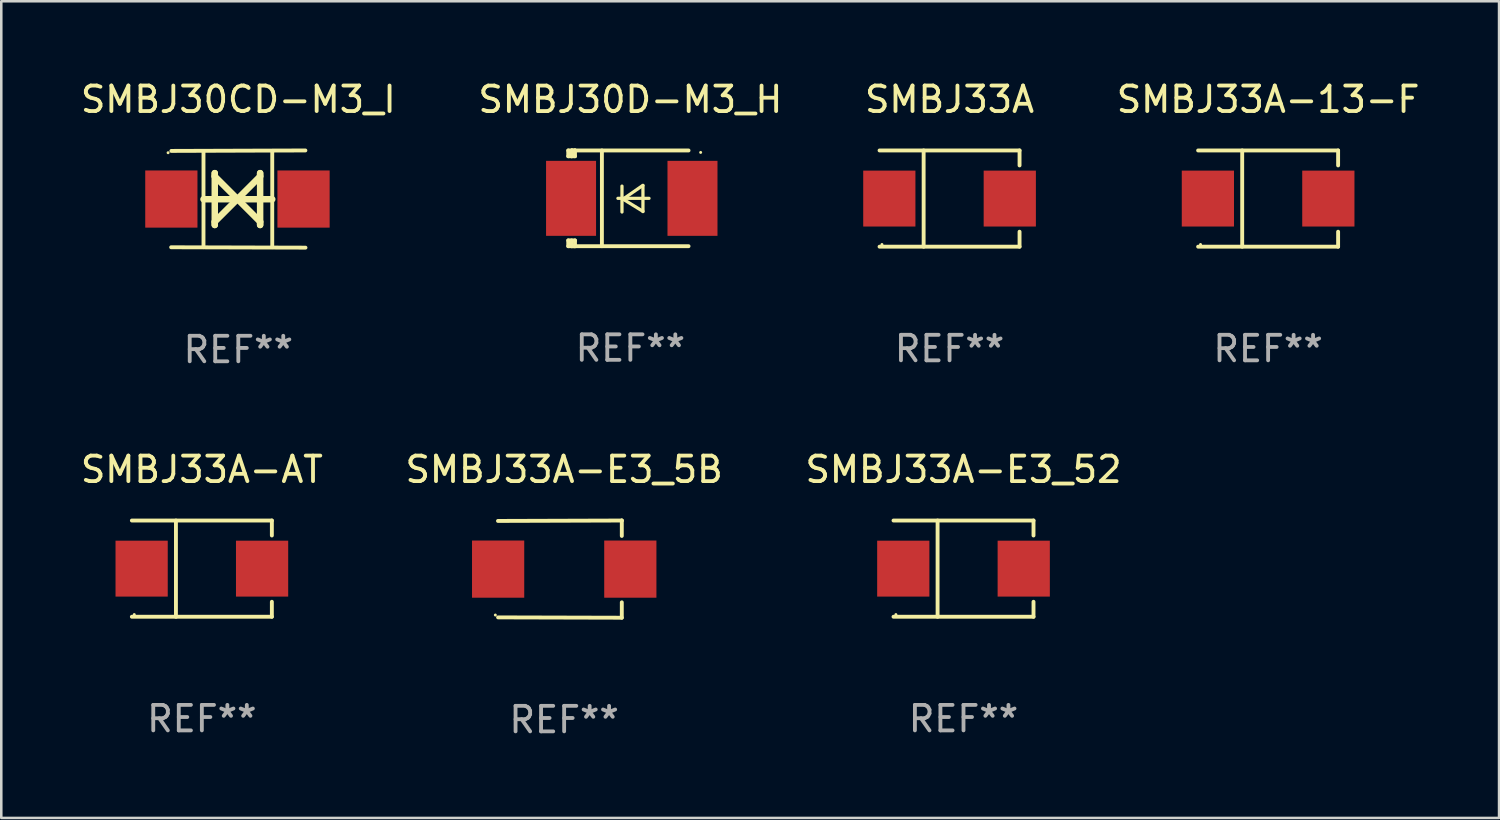
<source format=kicad_pcb>
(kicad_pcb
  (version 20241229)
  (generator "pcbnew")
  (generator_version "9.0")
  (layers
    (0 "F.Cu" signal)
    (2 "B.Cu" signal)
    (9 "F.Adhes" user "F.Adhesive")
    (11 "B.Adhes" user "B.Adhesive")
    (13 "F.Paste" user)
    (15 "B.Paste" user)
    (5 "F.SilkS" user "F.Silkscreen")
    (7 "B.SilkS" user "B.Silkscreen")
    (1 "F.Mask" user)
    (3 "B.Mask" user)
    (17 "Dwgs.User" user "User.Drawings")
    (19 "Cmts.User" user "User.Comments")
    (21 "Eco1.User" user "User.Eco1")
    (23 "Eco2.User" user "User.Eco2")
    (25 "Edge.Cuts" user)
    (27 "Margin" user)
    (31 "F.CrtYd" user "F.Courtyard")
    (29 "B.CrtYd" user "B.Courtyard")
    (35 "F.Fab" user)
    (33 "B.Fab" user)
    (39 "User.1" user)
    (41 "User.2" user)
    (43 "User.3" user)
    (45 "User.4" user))
  (footprint "SMBJ33A-E3_52"
    (layer "F.Cu")
    (at 34.72 19.241)
    (property "Reference" "SMBJ33A-E3_52" (at 0 -3.886 0) (layer "F.SilkS") (effects (font (size 1 1) (thickness 0.15))))
    (attr through_hole)
    (fp_line (start -2.744 -1.886) (end 2.744 -1.886) (stroke (width 0.152) (type solid)) (layer "F.SilkS"))
    (fp_line (start -2.744 1.886) (end 2.744 1.886) (stroke (width 0.152) (type solid)) (layer "F.SilkS"))
    (fp_line (start -1.016 -1.886) (end -1.016 1.886) (stroke (width 0.152) (type solid)) (layer "F.SilkS"))
    (fp_line (start 2.744 -1.886) (end 2.744 -1.299) (stroke (width 0.152) (type solid)) (layer "F.SilkS"))
    (fp_line (start 2.744 1.886) (end 2.744 1.299) (stroke (width 0.152) (type solid)) (layer "F.SilkS"))
    (fp_circle (center -2.65 1.8) (end -2.62 1.8) (stroke (width 0.06) (type solid)) (fill no) (layer "F.SilkS"))
    (fp_text user "REF**" (at 0 5.886 0) (layer "F.Fab") (effects (font (size 1 1) (thickness 0.15))))
    (pad "1" smd rect (at -2.361 0) (size 2.047 2.192) (layers "F.Cu" "F.Mask" "F.Paste"))
    (pad "2" smd rect (at 2.361 0) (size 2.047 2.192) (layers "F.Cu" "F.Mask" "F.Paste")))
  (footprint "SMBJ33A-AT"
    (layer "F.Cu")
    (at 4.863 19.241)
    (property "Reference" "SMBJ33A-AT" (at 0 -3.886 0) (layer "F.SilkS") (effects (font (size 1 1) (thickness 0.15))))
    (attr through_hole)
    (fp_line (start -2.744 -1.886) (end 2.744 -1.886) (stroke (width 0.152) (type solid)) (layer "F.SilkS"))
    (fp_line (start -2.744 1.886) (end 2.744 1.886) (stroke (width 0.152) (type solid)) (layer "F.SilkS"))
    (fp_line (start -1.016 -1.886) (end -1.016 1.886) (stroke (width 0.152) (type solid)) (layer "F.SilkS"))
    (fp_line (start 2.744 -1.886) (end 2.744 -1.299) (stroke (width 0.152) (type solid)) (layer "F.SilkS"))
    (fp_line (start 2.744 1.886) (end 2.744 1.299) (stroke (width 0.152) (type solid)) (layer "F.SilkS"))
    (fp_circle (center -2.65 1.8) (end -2.62 1.8) (stroke (width 0.06) (type solid)) (fill no) (layer "F.SilkS"))
    (fp_text user "REF**" (at 0 5.886 0) (layer "F.Fab") (effects (font (size 1 1) (thickness 0.15))))
    (pad "1" smd rect (at -2.361 0) (size 2.047 2.192) (layers "F.Cu" "F.Mask" "F.Paste"))
    (pad "2" smd rect (at 2.361 0) (size 2.047 2.192) (layers "F.Cu" "F.Mask" "F.Paste")))
  (footprint "SMBJ30CD-M3_I"
    (layer "F.Cu")
    (at 6.292 4.753)
    (property "Reference" "SMBJ30CD-M3_I" (at 0 -3.905 0) (layer "F.SilkS") (effects (font (size 1 1) (thickness 0.15))))
    (attr through_hole)
    (fp_line (start -1.365 1.886) (end -1.365 -1.886) (stroke (width 0.152) (type solid)) (layer "F.SilkS"))
    (fp_line (start -1.365 0.008) (end 1.33 0.008) (stroke (width 0.254) (type solid)) (layer "F.SilkS"))
    (fp_line (start -0.923 -1.016) (end -0.923 1.016) (stroke (width 0.254) (type solid)) (layer "F.SilkS"))
    (fp_line (start -0.923 -0.889) (end -0.923 -1.016) (stroke (width 0.254) (type solid)) (layer "F.SilkS"))
    (fp_line (start -0.923 0.889) (end -0.034 0) (stroke (width 0.254) (type solid)) (layer "F.SilkS"))
    (fp_line (start -0.923 1.016) (end -0.923 0.889) (stroke (width 0.254) (type solid)) (layer "F.SilkS"))
    (fp_line (start -0.034 0) (end -0.923 -0.889) (stroke (width 0.254) (type solid)) (layer "F.SilkS"))
    (fp_line (start -0.034 0) (end 0.855 0.889) (stroke (width 0.254) (type solid)) (layer "F.SilkS"))
    (fp_line (start 0.855 -1.016) (end 0.855 -0.889) (stroke (width 0.254) (type solid)) (layer "F.SilkS"))
    (fp_line (start 0.855 -0.889) (end -0.034 0) (stroke (width 0.254) (type solid)) (layer "F.SilkS"))
    (fp_line (start 0.855 0.889) (end 0.855 1.016) (stroke (width 0.254) (type solid)) (layer "F.SilkS"))
    (fp_line (start 0.855 1.016) (end 0.855 -1.016) (stroke (width 0.254) (type solid)) (layer "F.SilkS"))
    (fp_line (start 1.33 1.886) (end 1.33 -1.886) (stroke (width 0.152) (type solid)) (layer "F.SilkS"))
    (fp_line (start 2.629 -1.905) (end -2.625 -1.887) (stroke (width 0.152) (type solid)) (layer "F.SilkS"))
    (fp_line (start 2.633 1.905) (end -2.633 1.89) (stroke (width 0.152) (type solid)) (layer "F.SilkS"))
    (fp_circle (center -2.753 -1.816) (end -2.723 -1.816) (stroke (width 0.06) (type solid)) (fill no) (layer "F.SilkS"))
    (fp_text user "REF**" (at 0 5.905 0) (layer "F.Fab") (effects (font (size 1 1) (thickness 0.15))))
    (pad "1" smd rect (at -2.625 0) (size 2.047 2.241) (layers "F.Cu" "F.Mask" "F.Paste"))
    (pad "2" smd rect (at 2.557 0) (size 2.047 2.241) (layers "F.Cu" "F.Mask" "F.Paste")))
  (footprint "SMBJ33A-13-F"
    (layer "F.Cu")
    (at 46.661 4.734)
    (property "Reference" "SMBJ33A-13-F" (at 0 -3.886 0) (layer "F.SilkS") (effects (font (size 1 1) (thickness 0.15))))
    (attr through_hole)
    (fp_line (start -2.744 -1.886) (end 2.744 -1.886) (stroke (width 0.152) (type solid)) (layer "F.SilkS"))
    (fp_line (start -2.744 1.886) (end 2.744 1.886) (stroke (width 0.152) (type solid)) (layer "F.SilkS"))
    (fp_line (start -1.016 -1.886) (end -1.016 1.886) (stroke (width 0.152) (type solid)) (layer "F.SilkS"))
    (fp_line (start 2.744 -1.886) (end 2.744 -1.299) (stroke (width 0.152) (type solid)) (layer "F.SilkS"))
    (fp_line (start 2.744 1.886) (end 2.744 1.299) (stroke (width 0.152) (type solid)) (layer "F.SilkS"))
    (fp_circle (center -2.65 1.8) (end -2.62 1.8) (stroke (width 0.06) (type solid)) (fill no) (layer "F.SilkS"))
    (fp_text user "REF**" (at 0 5.886 0) (layer "F.Fab") (effects (font (size 1 1) (thickness 0.15))))
    (pad "1" smd rect (at -2.361 0) (size 2.047 2.192) (layers "F.Cu" "F.Mask" "F.Paste"))
    (pad "2" smd rect (at 2.361 0) (size 2.047 2.192) (layers "F.Cu" "F.Mask" "F.Paste")))
  (footprint "SMBJ30D-M3_H"
    (layer "F.Cu")
    (at 21.661 4.725)
    (property "Reference" "SMBJ30D-M3_H" (at 0 -3.876 0) (layer "F.SilkS") (effects (font (size 1 1) (thickness 0.15))))
    (attr through_hole)
    (fp_line (start -2.435 1.65) (end -2.171 1.65) (stroke (width 0.152) (type solid)) (layer "F.SilkS"))
    (fp_line (start -2.435 1.876) (end -2.435 1.65) (stroke (width 0.152) (type solid)) (layer "F.SilkS"))
    (fp_line (start -2.435 -1.876) (end -2.171 -1.876) (stroke (width 0.152) (type solid)) (layer "F.SilkS"))
    (fp_line (start -2.435 -1.65) (end -2.435 -1.876) (stroke (width 0.152) (type solid)) (layer "F.SilkS"))
    (fp_line (start -2.305 -1.866) (end -2.295 -1.876) (stroke (width 0.152) (type solid)) (layer "F.SilkS"))
    (fp_line (start -2.305 -1.65) (end -2.305 -1.866) (stroke (width 0.152) (type solid)) (layer "F.SilkS"))
    (fp_line (start -2.305 1.876) (end -2.305 1.65) (stroke (width 0.152) (type solid)) (layer "F.SilkS"))
    (fp_line (start -2.295 -1.876) (end -2.295 -1.65) (stroke (width 0.152) (type solid)) (layer "F.SilkS"))
    (fp_line (start -2.171 1.876) (end -2.435 1.876) (stroke (width 0.152) (type solid)) (layer "F.SilkS"))
    (fp_line (start -2.171 -1.65) (end -2.435 -1.65) (stroke (width 0.152) (type solid)) (layer "F.SilkS"))
    (fp_line (start -2.171 -1.876) (end -2.295 -1.876) (stroke (width 0.152) (type solid)) (layer "F.SilkS"))
    (fp_line (start -2.171 -1.65) (end -2.171 -1.876) (stroke (width 0.152) (type solid)) (layer "F.SilkS"))
    (fp_line (start -2.171 1.876) (end -2.305 1.876) (stroke (width 0.152) (type solid)) (layer "F.SilkS"))
    (fp_line (start -2.171 1.876) (end -2.171 1.65) (stroke (width 0.152) (type solid)) (layer "F.SilkS"))
    (fp_line (start -1.116 1.876) (end -1.116 -1.876) (stroke (width 0.152) (type solid)) (layer "F.SilkS"))
    (fp_line (start -0.488 0.000102) (end 0.731 0.000102) (stroke (width 0.127) (type solid)) (layer "F.SilkS"))
    (fp_line (start -0.329 -0.48) (end -0.329 0.536) (stroke (width 0.127) (type solid)) (layer "F.SilkS"))
    (fp_line (start -0.29 0.03) (end 0.493 0.51) (stroke (width 0.127) (type solid)) (layer "F.SilkS"))
    (fp_line (start 0.493 -0.51) (end -0.29 0.03) (stroke (width 0.127) (type solid)) (layer "F.SilkS"))
    (fp_line (start 0.493 0.52) (end 0.493 -0.496) (stroke (width 0.127) (type solid)) (layer "F.SilkS"))
    (fp_line (start 2.281 -1.876) (end -2.171 -1.876) (stroke (width 0.152) (type solid)) (layer "F.SilkS"))
    (fp_line (start 2.281 1.876) (end -2.171 1.876) (stroke (width 0.152) (type solid)) (layer "F.SilkS"))
    (fp_circle (center 2.755 -1.8) (end 2.785 -1.8) (stroke (width 0.06) (type solid)) (fill no) (layer "F.SilkS"))
    (fp_text user "REF**" (at 0 5.876 0) (layer "F.Fab") (effects (font (size 1 1) (thickness 0.15))))
    (pad "1" smd rect (at 2.435 -0.000025 180) (size 1.96 2.94) (layers "F.Cu" "F.Mask" "F.Paste"))
    (pad "2" smd rect (at -2.325 -0.000025 180) (size 1.96 2.94) (layers "F.Cu" "F.Mask" "F.Paste")))
  (footprint "SMBJ33A-E3_5B"
    (layer "F.Cu")
    (at 19.065 19.26)
    (property "Reference" "SMBJ33A-E3_5B" (at 0 -3.905 0) (layer "F.SilkS") (effects (font (size 1 1) (thickness 0.15))))
    (attr through_hole)
    (fp_line (start 2.256 -1.905) (end -2.594 -1.889) (stroke (width 0.152) (type solid)) (layer "F.SilkS"))
    (fp_line (start 2.256 -1.905) (end 2.26 -1.905) (stroke (width 0.152) (type solid)) (layer "F.SilkS"))
    (fp_line (start 2.26 -1.905) (end 2.26 -1.301) (stroke (width 0.152) (type solid)) (layer "F.SilkS"))
    (fp_line (start 2.26 1.301) (end 2.26 1.905) (stroke (width 0.152) (type solid)) (layer "F.SilkS"))
    (fp_line (start 2.26 1.905) (end -2.59 1.892) (stroke (width 0.152) (type solid)) (layer "F.SilkS"))
    (fp_circle (center -2.697 1.8) (end -2.667 1.8) (stroke (width 0.06) (type solid)) (fill no) (layer "F.SilkS"))
    (fp_text user "REF**" (at 0 5.905 0) (layer "F.Fab") (effects (font (size 1 1) (thickness 0.15))))
    (pad "1" smd rect (at -2.588 0) (size 2.047 2.241) (layers "F.Cu" "F.Mask" "F.Paste"))
    (pad "2" smd rect (at 2.594 0) (size 2.047 2.241) (layers "F.Cu" "F.Mask" "F.Paste")))
  (footprint "SMBJ33A"
    (layer "F.Cu")
    (at 34.173 4.734)
    (property "Reference" "SMBJ33A" (at 0 -3.886 0) (layer "F.SilkS") (effects (font (size 1 1) (thickness 0.15))))
    (attr through_hole)
    (fp_line (start -2.744 -1.886) (end 2.744 -1.886) (stroke (width 0.152) (type solid)) (layer "F.SilkS"))
    (fp_line (start -2.744 1.886) (end 2.744 1.886) (stroke (width 0.152) (type solid)) (layer "F.SilkS"))
    (fp_line (start -1.016 -1.886) (end -1.016 1.886) (stroke (width 0.152) (type solid)) (layer "F.SilkS"))
    (fp_line (start 2.744 -1.886) (end 2.744 -1.299) (stroke (width 0.152) (type solid)) (layer "F.SilkS"))
    (fp_line (start 2.744 1.886) (end 2.744 1.299) (stroke (width 0.152) (type solid)) (layer "F.SilkS"))
    (fp_circle (center -2.65 1.8) (end -2.62 1.8) (stroke (width 0.06) (type solid)) (fill no) (layer "F.SilkS"))
    (fp_text user "REF**" (at 0 5.886 0) (layer "F.Fab") (effects (font (size 1 1) (thickness 0.15))))
    (pad "1" smd rect (at -2.361 0) (size 2.047 2.192) (layers "F.Cu" "F.Mask" "F.Paste"))
    (pad "2" smd rect (at 2.361 0) (size 2.047 2.192) (layers "F.Cu" "F.Mask" "F.Paste")))
  (gr_rect
    (start -3 -3)
    (end 55.714 29.013)
    (stroke (width 0.1) (type default))
    (fill no)
    (layer "Edge.Cuts")))
</source>
